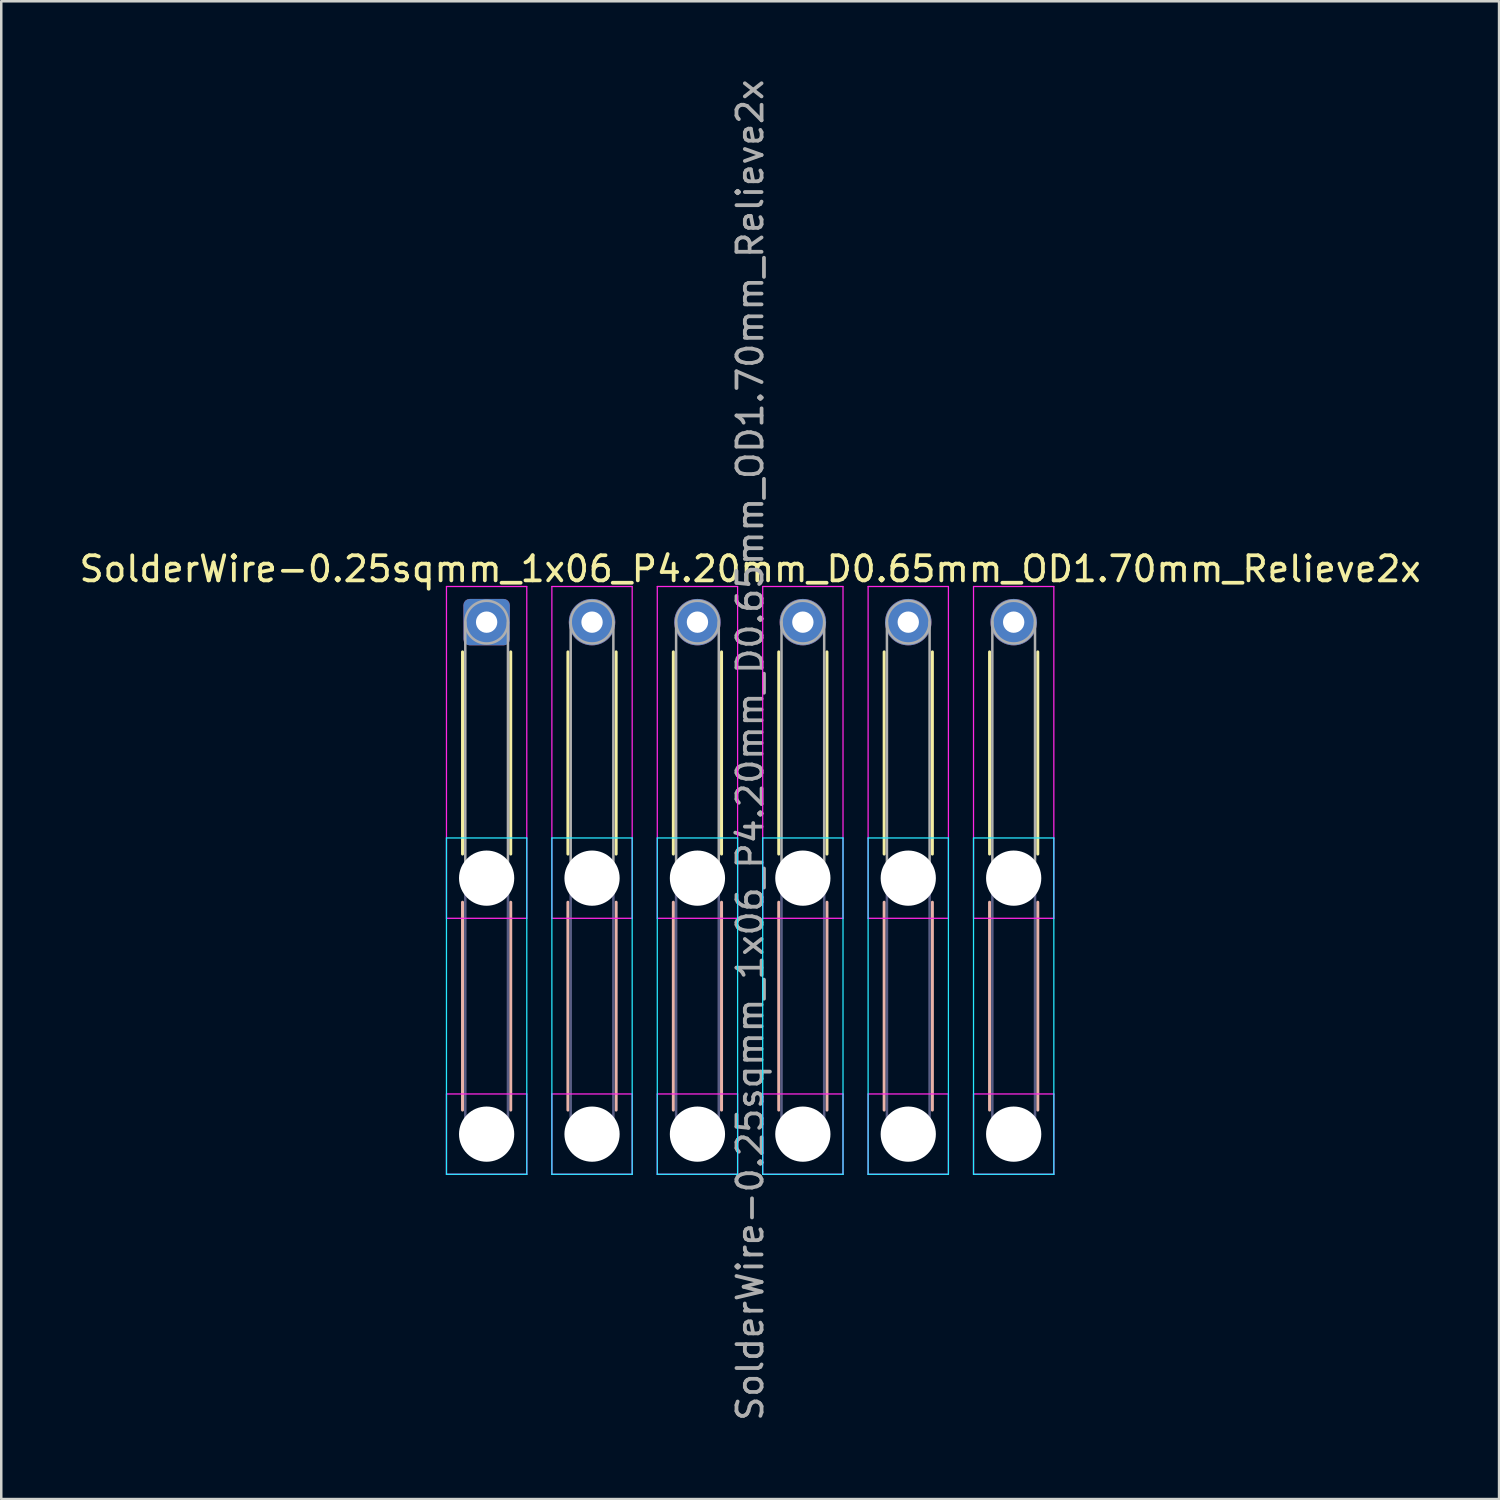
<source format=kicad_pcb>
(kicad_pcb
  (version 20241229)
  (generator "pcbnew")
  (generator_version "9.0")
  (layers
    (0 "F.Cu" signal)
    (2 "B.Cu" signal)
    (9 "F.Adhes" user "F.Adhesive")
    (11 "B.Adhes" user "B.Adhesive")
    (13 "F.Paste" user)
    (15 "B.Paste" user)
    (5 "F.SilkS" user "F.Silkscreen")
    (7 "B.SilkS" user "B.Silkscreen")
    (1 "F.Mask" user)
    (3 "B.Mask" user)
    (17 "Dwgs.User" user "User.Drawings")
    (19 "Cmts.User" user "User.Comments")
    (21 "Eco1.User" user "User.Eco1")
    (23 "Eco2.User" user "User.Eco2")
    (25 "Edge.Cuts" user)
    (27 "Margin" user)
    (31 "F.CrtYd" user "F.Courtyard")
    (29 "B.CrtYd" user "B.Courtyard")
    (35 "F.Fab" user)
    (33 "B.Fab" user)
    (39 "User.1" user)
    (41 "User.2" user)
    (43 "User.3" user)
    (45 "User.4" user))
  (footprint "SolderWire-0.25sqmm_1x06_P4.20mm_D0.65mm_OD1.70mm_Relieve2x"
    (layer "F.Cu")
    (at 16.339 21.739)
    (property "Reference" "SolderWire-0.25sqmm_1x06_P4.20mm_D0.65mm_OD1.70mm_Relieve2x" (at 10.5 -2.12 0) (layer "F.SilkS") (effects (font (size 1 1) (thickness 0.15))))
    (attr exclude_from_pos_files exclude_from_bom)
    (fp_line (start -0.96 1.185) (end -0.96 9.24) (stroke (width 0.12) (type solid)) (layer "F.SilkS"))
    (fp_line (start 0.96 1.185) (end 0.96 9.24) (stroke (width 0.12) (type solid)) (layer "F.SilkS"))
    (fp_line (start 3.24 1.185) (end 3.24 9.24) (stroke (width 0.12) (type solid)) (layer "F.SilkS"))
    (fp_line (start 5.16 1.185) (end 5.16 9.24) (stroke (width 0.12) (type solid)) (layer "F.SilkS"))
    (fp_line (start 7.44 1.185) (end 7.44 9.24) (stroke (width 0.12) (type solid)) (layer "F.SilkS"))
    (fp_line (start 9.36 1.185) (end 9.36 9.24) (stroke (width 0.12) (type solid)) (layer "F.SilkS"))
    (fp_line (start 11.64 1.185) (end 11.64 9.24) (stroke (width 0.12) (type solid)) (layer "F.SilkS"))
    (fp_line (start 13.56 1.185) (end 13.56 9.24) (stroke (width 0.12) (type solid)) (layer "F.SilkS"))
    (fp_line (start 15.84 1.185) (end 15.84 9.24) (stroke (width 0.12) (type solid)) (layer "F.SilkS"))
    (fp_line (start 17.76 1.185) (end 17.76 9.24) (stroke (width 0.12) (type solid)) (layer "F.SilkS"))
    (fp_line (start 20.04 1.185) (end 20.04 9.24) (stroke (width 0.12) (type solid)) (layer "F.SilkS"))
    (fp_line (start 21.96 1.185) (end 21.96 9.24) (stroke (width 0.12) (type solid)) (layer "F.SilkS"))
    (fp_line (start -0.96 11.16) (end -0.96 19.44) (stroke (width 0.12) (type solid)) (layer "B.SilkS"))
    (fp_line (start 0.96 11.16) (end 0.96 19.44) (stroke (width 0.12) (type solid)) (layer "B.SilkS"))
    (fp_line (start 3.24 11.16) (end 3.24 19.44) (stroke (width 0.12) (type solid)) (layer "B.SilkS"))
    (fp_line (start 5.16 11.16) (end 5.16 19.44) (stroke (width 0.12) (type solid)) (layer "B.SilkS"))
    (fp_line (start 7.44 11.16) (end 7.44 19.44) (stroke (width 0.12) (type solid)) (layer "B.SilkS"))
    (fp_line (start 9.36 11.16) (end 9.36 19.44) (stroke (width 0.12) (type solid)) (layer "B.SilkS"))
    (fp_line (start 11.64 11.16) (end 11.64 19.44) (stroke (width 0.12) (type solid)) (layer "B.SilkS"))
    (fp_line (start 13.56 11.16) (end 13.56 19.44) (stroke (width 0.12) (type solid)) (layer "B.SilkS"))
    (fp_line (start 15.84 11.16) (end 15.84 19.44) (stroke (width 0.12) (type solid)) (layer "B.SilkS"))
    (fp_line (start 17.76 11.16) (end 17.76 19.44) (stroke (width 0.12) (type solid)) (layer "B.SilkS"))
    (fp_line (start 20.04 11.16) (end 20.04 19.44) (stroke (width 0.12) (type solid)) (layer "B.SilkS"))
    (fp_line (start 21.96 11.16) (end 21.96 19.44) (stroke (width 0.12) (type solid)) (layer "B.SilkS"))
    (fp_line (start -1.6 8.6) (end -1.6 22) (stroke (width 0.05) (type solid)) (layer "B.CrtYd"))
    (fp_line (start -1.6 22) (end 1.6 22) (stroke (width 0.05) (type solid)) (layer "B.CrtYd"))
    (fp_line (start 1.6 8.6) (end -1.6 8.6) (stroke (width 0.05) (type solid)) (layer "B.CrtYd"))
    (fp_line (start 1.6 22) (end 1.6 8.6) (stroke (width 0.05) (type solid)) (layer "B.CrtYd"))
    (fp_line (start 2.6 8.6) (end 2.6 22) (stroke (width 0.05) (type solid)) (layer "B.CrtYd"))
    (fp_line (start 2.6 22) (end 5.8 22) (stroke (width 0.05) (type solid)) (layer "B.CrtYd"))
    (fp_line (start 5.8 8.6) (end 2.6 8.6) (stroke (width 0.05) (type solid)) (layer "B.CrtYd"))
    (fp_line (start 5.8 22) (end 5.8 8.6) (stroke (width 0.05) (type solid)) (layer "B.CrtYd"))
    (fp_line (start 6.8 8.6) (end 6.8 22) (stroke (width 0.05) (type solid)) (layer "B.CrtYd"))
    (fp_line (start 6.8 22) (end 10 22) (stroke (width 0.05) (type solid)) (layer "B.CrtYd"))
    (fp_line (start 10 8.6) (end 6.8 8.6) (stroke (width 0.05) (type solid)) (layer "B.CrtYd"))
    (fp_line (start 10 22) (end 10 8.6) (stroke (width 0.05) (type solid)) (layer "B.CrtYd"))
    (fp_line (start 11 8.6) (end 11 22) (stroke (width 0.05) (type solid)) (layer "B.CrtYd"))
    (fp_line (start 11 22) (end 14.2 22) (stroke (width 0.05) (type solid)) (layer "B.CrtYd"))
    (fp_line (start 14.2 8.6) (end 11 8.6) (stroke (width 0.05) (type solid)) (layer "B.CrtYd"))
    (fp_line (start 14.2 22) (end 14.2 8.6) (stroke (width 0.05) (type solid)) (layer "B.CrtYd"))
    (fp_line (start 15.2 8.6) (end 15.2 22) (stroke (width 0.05) (type solid)) (layer "B.CrtYd"))
    (fp_line (start 15.2 22) (end 18.4 22) (stroke (width 0.05) (type solid)) (layer "B.CrtYd"))
    (fp_line (start 18.4 8.6) (end 15.2 8.6) (stroke (width 0.05) (type solid)) (layer "B.CrtYd"))
    (fp_line (start 18.4 22) (end 18.4 8.6) (stroke (width 0.05) (type solid)) (layer "B.CrtYd"))
    (fp_line (start 19.4 8.6) (end 19.4 22) (stroke (width 0.05) (type solid)) (layer "B.CrtYd"))
    (fp_line (start 19.4 22) (end 22.6 22) (stroke (width 0.05) (type solid)) (layer "B.CrtYd"))
    (fp_line (start 22.6 8.6) (end 19.4 8.6) (stroke (width 0.05) (type solid)) (layer "B.CrtYd"))
    (fp_line (start 22.6 22) (end 22.6 8.6) (stroke (width 0.05) (type solid)) (layer "B.CrtYd"))
    (fp_line (start -1.6 -1.42) (end -1.6 11.8) (stroke (width 0.05) (type solid)) (layer "F.CrtYd"))
    (fp_line (start -1.6 11.8) (end 1.6 11.8) (stroke (width 0.05) (type solid)) (layer "F.CrtYd"))
    (fp_line (start -1.6 18.8) (end -1.6 22) (stroke (width 0.05) (type solid)) (layer "F.CrtYd"))
    (fp_line (start -1.6 22) (end 1.6 22) (stroke (width 0.05) (type solid)) (layer "F.CrtYd"))
    (fp_line (start 1.6 -1.42) (end -1.6 -1.42) (stroke (width 0.05) (type solid)) (layer "F.CrtYd"))
    (fp_line (start 1.6 11.8) (end 1.6 -1.42) (stroke (width 0.05) (type solid)) (layer "F.CrtYd"))
    (fp_line (start 1.6 18.8) (end -1.6 18.8) (stroke (width 0.05) (type solid)) (layer "F.CrtYd"))
    (fp_line (start 1.6 22) (end 1.6 18.8) (stroke (width 0.05) (type solid)) (layer "F.CrtYd"))
    (fp_line (start 2.6 -1.42) (end 2.6 11.8) (stroke (width 0.05) (type solid)) (layer "F.CrtYd"))
    (fp_line (start 2.6 11.8) (end 5.8 11.8) (stroke (width 0.05) (type solid)) (layer "F.CrtYd"))
    (fp_line (start 2.6 18.8) (end 2.6 22) (stroke (width 0.05) (type solid)) (layer "F.CrtYd"))
    (fp_line (start 2.6 22) (end 5.8 22) (stroke (width 0.05) (type solid)) (layer "F.CrtYd"))
    (fp_line (start 5.8 -1.42) (end 2.6 -1.42) (stroke (width 0.05) (type solid)) (layer "F.CrtYd"))
    (fp_line (start 5.8 11.8) (end 5.8 -1.42) (stroke (width 0.05) (type solid)) (layer "F.CrtYd"))
    (fp_line (start 5.8 18.8) (end 2.6 18.8) (stroke (width 0.05) (type solid)) (layer "F.CrtYd"))
    (fp_line (start 5.8 22) (end 5.8 18.8) (stroke (width 0.05) (type solid)) (layer "F.CrtYd"))
    (fp_line (start 6.8 -1.42) (end 6.8 11.8) (stroke (width 0.05) (type solid)) (layer "F.CrtYd"))
    (fp_line (start 6.8 11.8) (end 10 11.8) (stroke (width 0.05) (type solid)) (layer "F.CrtYd"))
    (fp_line (start 6.8 18.8) (end 6.8 22) (stroke (width 0.05) (type solid)) (layer "F.CrtYd"))
    (fp_line (start 6.8 22) (end 10 22) (stroke (width 0.05) (type solid)) (layer "F.CrtYd"))
    (fp_line (start 10 -1.42) (end 6.8 -1.42) (stroke (width 0.05) (type solid)) (layer "F.CrtYd"))
    (fp_line (start 10 11.8) (end 10 -1.42) (stroke (width 0.05) (type solid)) (layer "F.CrtYd"))
    (fp_line (start 10 18.8) (end 6.8 18.8) (stroke (width 0.05) (type solid)) (layer "F.CrtYd"))
    (fp_line (start 10 22) (end 10 18.8) (stroke (width 0.05) (type solid)) (layer "F.CrtYd"))
    (fp_line (start 11 -1.42) (end 11 11.8) (stroke (width 0.05) (type solid)) (layer "F.CrtYd"))
    (fp_line (start 11 11.8) (end 14.2 11.8) (stroke (width 0.05) (type solid)) (layer "F.CrtYd"))
    (fp_line (start 11 18.8) (end 11 22) (stroke (width 0.05) (type solid)) (layer "F.CrtYd"))
    (fp_line (start 11 22) (end 14.2 22) (stroke (width 0.05) (type solid)) (layer "F.CrtYd"))
    (fp_line (start 14.2 -1.42) (end 11 -1.42) (stroke (width 0.05) (type solid)) (layer "F.CrtYd"))
    (fp_line (start 14.2 11.8) (end 14.2 -1.42) (stroke (width 0.05) (type solid)) (layer "F.CrtYd"))
    (fp_line (start 14.2 18.8) (end 11 18.8) (stroke (width 0.05) (type solid)) (layer "F.CrtYd"))
    (fp_line (start 14.2 22) (end 14.2 18.8) (stroke (width 0.05) (type solid)) (layer "F.CrtYd"))
    (fp_line (start 15.2 -1.42) (end 15.2 11.8) (stroke (width 0.05) (type solid)) (layer "F.CrtYd"))
    (fp_line (start 15.2 11.8) (end 18.4 11.8) (stroke (width 0.05) (type solid)) (layer "F.CrtYd"))
    (fp_line (start 15.2 18.8) (end 15.2 22) (stroke (width 0.05) (type solid)) (layer "F.CrtYd"))
    (fp_line (start 15.2 22) (end 18.4 22) (stroke (width 0.05) (type solid)) (layer "F.CrtYd"))
    (fp_line (start 18.4 -1.42) (end 15.2 -1.42) (stroke (width 0.05) (type solid)) (layer "F.CrtYd"))
    (fp_line (start 18.4 11.8) (end 18.4 -1.42) (stroke (width 0.05) (type solid)) (layer "F.CrtYd"))
    (fp_line (start 18.4 18.8) (end 15.2 18.8) (stroke (width 0.05) (type solid)) (layer "F.CrtYd"))
    (fp_line (start 18.4 22) (end 18.4 18.8) (stroke (width 0.05) (type solid)) (layer "F.CrtYd"))
    (fp_line (start 19.4 -1.42) (end 19.4 11.8) (stroke (width 0.05) (type solid)) (layer "F.CrtYd"))
    (fp_line (start 19.4 11.8) (end 22.6 11.8) (stroke (width 0.05) (type solid)) (layer "F.CrtYd"))
    (fp_line (start 19.4 18.8) (end 19.4 22) (stroke (width 0.05) (type solid)) (layer "F.CrtYd"))
    (fp_line (start 19.4 22) (end 22.6 22) (stroke (width 0.05) (type solid)) (layer "F.CrtYd"))
    (fp_line (start 22.6 -1.42) (end 19.4 -1.42) (stroke (width 0.05) (type solid)) (layer "F.CrtYd"))
    (fp_line (start 22.6 11.8) (end 22.6 -1.42) (stroke (width 0.05) (type solid)) (layer "F.CrtYd"))
    (fp_line (start 22.6 18.8) (end 19.4 18.8) (stroke (width 0.05) (type solid)) (layer "F.CrtYd"))
    (fp_line (start 22.6 22) (end 22.6 18.8) (stroke (width 0.05) (type solid)) (layer "F.CrtYd"))
    (fp_line (start -0.85 10.2) (end -0.85 20.4) (stroke (width 0.1) (type solid)) (layer "B.Fab"))
    (fp_line (start 0.85 10.2) (end 0.85 20.4) (stroke (width 0.1) (type solid)) (layer "B.Fab"))
    (fp_line (start 3.35 10.2) (end 3.35 20.4) (stroke (width 0.1) (type solid)) (layer "B.Fab"))
    (fp_line (start 5.05 10.2) (end 5.05 20.4) (stroke (width 0.1) (type solid)) (layer "B.Fab"))
    (fp_line (start 7.55 10.2) (end 7.55 20.4) (stroke (width 0.1) (type solid)) (layer "B.Fab"))
    (fp_line (start 9.25 10.2) (end 9.25 20.4) (stroke (width 0.1) (type solid)) (layer "B.Fab"))
    (fp_line (start 11.75 10.2) (end 11.75 20.4) (stroke (width 0.1) (type solid)) (layer "B.Fab"))
    (fp_line (start 13.45 10.2) (end 13.45 20.4) (stroke (width 0.1) (type solid)) (layer "B.Fab"))
    (fp_line (start 15.95 10.2) (end 15.95 20.4) (stroke (width 0.1) (type solid)) (layer "B.Fab"))
    (fp_line (start 17.65 10.2) (end 17.65 20.4) (stroke (width 0.1) (type solid)) (layer "B.Fab"))
    (fp_line (start 20.15 10.2) (end 20.15 20.4) (stroke (width 0.1) (type solid)) (layer "B.Fab"))
    (fp_line (start 21.85 10.2) (end 21.85 20.4) (stroke (width 0.1) (type solid)) (layer "B.Fab"))
    (fp_circle (center 0 10.2) (end 0.85 10.2) (stroke (width 0.1) (type solid)) (fill no) (layer "B.Fab"))
    (fp_circle (center 0 20.4) (end 0.85 20.4) (stroke (width 0.1) (type solid)) (fill no) (layer "B.Fab"))
    (fp_circle (center 4.2 10.2) (end 5.05 10.2) (stroke (width 0.1) (type solid)) (fill no) (layer "B.Fab"))
    (fp_circle (center 4.2 20.4) (end 5.05 20.4) (stroke (width 0.1) (type solid)) (fill no) (layer "B.Fab"))
    (fp_circle (center 8.4 10.2) (end 9.25 10.2) (stroke (width 0.1) (type solid)) (fill no) (layer "B.Fab"))
    (fp_circle (center 8.4 20.4) (end 9.25 20.4) (stroke (width 0.1) (type solid)) (fill no) (layer "B.Fab"))
    (fp_circle (center 12.6 10.2) (end 13.45 10.2) (stroke (width 0.1) (type solid)) (fill no) (layer "B.Fab"))
    (fp_circle (center 12.6 20.4) (end 13.45 20.4) (stroke (width 0.1) (type solid)) (fill no) (layer "B.Fab"))
    (fp_circle (center 16.8 10.2) (end 17.65 10.2) (stroke (width 0.1) (type solid)) (fill no) (layer "B.Fab"))
    (fp_circle (center 16.8 20.4) (end 17.65 20.4) (stroke (width 0.1) (type solid)) (fill no) (layer "B.Fab"))
    (fp_circle (center 21 10.2) (end 21.85 10.2) (stroke (width 0.1) (type solid)) (fill no) (layer "B.Fab"))
    (fp_circle (center 21 20.4) (end 21.85 20.4) (stroke (width 0.1) (type solid)) (fill no) (layer "B.Fab"))
    (fp_line (start -0.85 0) (end -0.85 10.2) (stroke (width 0.1) (type solid)) (layer "F.Fab"))
    (fp_line (start 0.85 0) (end 0.85 10.2) (stroke (width 0.1) (type solid)) (layer "F.Fab"))
    (fp_line (start 3.35 0) (end 3.35 10.2) (stroke (width 0.1) (type solid)) (layer "F.Fab"))
    (fp_line (start 5.05 0) (end 5.05 10.2) (stroke (width 0.1) (type solid)) (layer "F.Fab"))
    (fp_line (start 7.55 0) (end 7.55 10.2) (stroke (width 0.1) (type solid)) (layer "F.Fab"))
    (fp_line (start 9.25 0) (end 9.25 10.2) (stroke (width 0.1) (type solid)) (layer "F.Fab"))
    (fp_line (start 11.75 0) (end 11.75 10.2) (stroke (width 0.1) (type solid)) (layer "F.Fab"))
    (fp_line (start 13.45 0) (end 13.45 10.2) (stroke (width 0.1) (type solid)) (layer "F.Fab"))
    (fp_line (start 15.95 0) (end 15.95 10.2) (stroke (width 0.1) (type solid)) (layer "F.Fab"))
    (fp_line (start 17.65 0) (end 17.65 10.2) (stroke (width 0.1) (type solid)) (layer "F.Fab"))
    (fp_line (start 20.15 0) (end 20.15 10.2) (stroke (width 0.1) (type solid)) (layer "F.Fab"))
    (fp_line (start 21.85 0) (end 21.85 10.2) (stroke (width 0.1) (type solid)) (layer "F.Fab"))
    (fp_circle (center 0 0) (end 0.85 0) (stroke (width 0.1) (type solid)) (fill no) (layer "F.Fab"))
    (fp_circle (center 0 10.2) (end 0.85 10.2) (stroke (width 0.1) (type solid)) (fill no) (layer "F.Fab"))
    (fp_circle (center 0 20.4) (end 0.85 20.4) (stroke (width 0.1) (type solid)) (fill no) (layer "F.Fab"))
    (fp_circle (center 4.2 0) (end 5.05 0) (stroke (width 0.1) (type solid)) (fill no) (layer "F.Fab"))
    (fp_circle (center 4.2 10.2) (end 5.05 10.2) (stroke (width 0.1) (type solid)) (fill no) (layer "F.Fab"))
    (fp_circle (center 4.2 20.4) (end 5.05 20.4) (stroke (width 0.1) (type solid)) (fill no) (layer "F.Fab"))
    (fp_circle (center 8.4 0) (end 9.25 0) (stroke (width 0.1) (type solid)) (fill no) (layer "F.Fab"))
    (fp_circle (center 8.4 10.2) (end 9.25 10.2) (stroke (width 0.1) (type solid)) (fill no) (layer "F.Fab"))
    (fp_circle (center 8.4 20.4) (end 9.25 20.4) (stroke (width 0.1) (type solid)) (fill no) (layer "F.Fab"))
    (fp_circle (center 12.6 0) (end 13.45 0) (stroke (width 0.1) (type solid)) (fill no) (layer "F.Fab"))
    (fp_circle (center 12.6 10.2) (end 13.45 10.2) (stroke (width 0.1) (type solid)) (fill no) (layer "F.Fab"))
    (fp_circle (center 12.6 20.4) (end 13.45 20.4) (stroke (width 0.1) (type solid)) (fill no) (layer "F.Fab"))
    (fp_circle (center 16.8 0) (end 17.65 0) (stroke (width 0.1) (type solid)) (fill no) (layer "F.Fab"))
    (fp_circle (center 16.8 10.2) (end 17.65 10.2) (stroke (width 0.1) (type solid)) (fill no) (layer "F.Fab"))
    (fp_circle (center 16.8 20.4) (end 17.65 20.4) (stroke (width 0.1) (type solid)) (fill no) (layer "F.Fab"))
    (fp_circle (center 21 0) (end 21.85 0) (stroke (width 0.1) (type solid)) (fill no) (layer "F.Fab"))
    (fp_circle (center 21 10.2) (end 21.85 10.2) (stroke (width 0.1) (type solid)) (fill no) (layer "F.Fab"))
    (fp_circle (center 21 20.4) (end 21.85 20.4) (stroke (width 0.1) (type solid)) (fill no) (layer "F.Fab"))
    (fp_text user "${REFERENCE}" (at 10.5 5.1 90) (layer "F.Fab") (effects (font (size 1 1) (thickness 0.15))))
    (pad "" np_thru_hole circle (at 0 10.2) (size 2.2 2.2) (drill 2.2) (layers "*.Cu" "*.Mask"))
    (pad "" np_thru_hole circle (at 0 20.4) (size 2.2 2.2) (drill 2.2) (layers "*.Cu" "*.Mask"))
    (pad "" np_thru_hole circle (at 4.2 10.2) (size 2.2 2.2) (drill 2.2) (layers "*.Cu" "*.Mask"))
    (pad "" np_thru_hole circle (at 4.2 20.4) (size 2.2 2.2) (drill 2.2) (layers "*.Cu" "*.Mask"))
    (pad "" np_thru_hole circle (at 8.4 10.2) (size 2.2 2.2) (drill 2.2) (layers "*.Cu" "*.Mask"))
    (pad "" np_thru_hole circle (at 8.4 20.4) (size 2.2 2.2) (drill 2.2) (layers "*.Cu" "*.Mask"))
    (pad "" np_thru_hole circle (at 12.6 10.2) (size 2.2 2.2) (drill 2.2) (layers "*.Cu" "*.Mask"))
    (pad "" np_thru_hole circle (at 12.6 20.4) (size 2.2 2.2) (drill 2.2) (layers "*.Cu" "*.Mask"))
    (pad "" np_thru_hole circle (at 16.8 10.2) (size 2.2 2.2) (drill 2.2) (layers "*.Cu" "*.Mask"))
    (pad "" np_thru_hole circle (at 16.8 20.4) (size 2.2 2.2) (drill 2.2) (layers "*.Cu" "*.Mask"))
    (pad "" np_thru_hole circle (at 21 10.2) (size 2.2 2.2) (drill 2.2) (layers "*.Cu" "*.Mask"))
    (pad "" np_thru_hole circle (at 21 20.4) (size 2.2 2.2) (drill 2.2) (layers "*.Cu" "*.Mask"))
    (pad "1" thru_hole roundrect (at 0 0) (size 1.85 1.85) (drill 0.85) (layers "*.Cu" "*.Mask") (roundrect_rratio 0.135))
    (pad "2" thru_hole circle (at 4.2 0) (size 1.85 1.85) (drill 0.85) (layers "*.Cu" "*.Mask"))
    (pad "3" thru_hole circle (at 8.4 0) (size 1.85 1.85) (drill 0.85) (layers "*.Cu" "*.Mask"))
    (pad "4" thru_hole circle (at 12.6 0) (size 1.85 1.85) (drill 0.85) (layers "*.Cu" "*.Mask"))
    (pad "5" thru_hole circle (at 16.8 0) (size 1.85 1.85) (drill 0.85) (layers "*.Cu" "*.Mask"))
    (pad "6" thru_hole circle (at 21 0) (size 1.85 1.85) (drill 0.85) (layers "*.Cu" "*.Mask")))
  (gr_rect
    (start -3 -3)
    (end 56.679 56.679)
    (stroke (width 0.1) (type default))
    (fill no)
    (layer "Edge.Cuts")))
</source>
